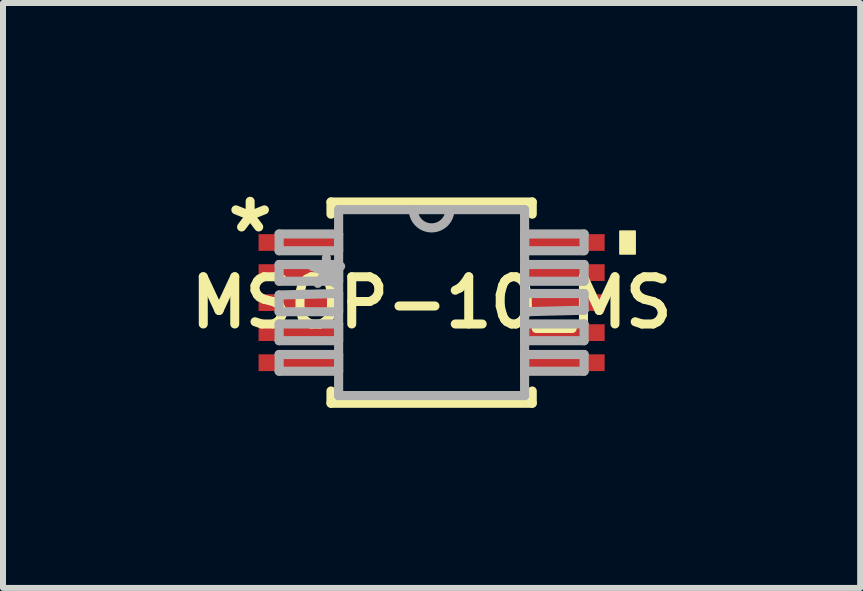
<source format=kicad_pcb>
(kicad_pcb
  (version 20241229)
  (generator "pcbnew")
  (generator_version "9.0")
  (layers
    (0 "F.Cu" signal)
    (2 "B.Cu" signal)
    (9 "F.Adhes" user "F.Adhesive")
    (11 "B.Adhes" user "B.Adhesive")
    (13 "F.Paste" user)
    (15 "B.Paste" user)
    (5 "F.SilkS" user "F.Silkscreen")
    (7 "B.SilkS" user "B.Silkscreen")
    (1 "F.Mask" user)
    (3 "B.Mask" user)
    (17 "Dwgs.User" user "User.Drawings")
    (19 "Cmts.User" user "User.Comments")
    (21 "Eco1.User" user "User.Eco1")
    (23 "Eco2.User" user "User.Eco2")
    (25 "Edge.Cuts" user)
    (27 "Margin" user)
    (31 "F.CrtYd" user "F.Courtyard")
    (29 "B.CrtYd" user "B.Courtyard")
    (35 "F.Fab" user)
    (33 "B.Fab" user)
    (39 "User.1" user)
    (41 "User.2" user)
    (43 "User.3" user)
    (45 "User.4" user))
  (footprint "MSOP-10_MS"
    (layer "F.Cu")
    (at 4.14 1.991)
    (property "Reference" "MSOP-10_MS" (at 0 0 0) (layer "F.SilkS") (effects (font (size 0.787 0.787) (thickness 0.15))))
    (attr through_hole)
    (fp_line (start -1.676 -1.676) (end -1.676 -1.473) (stroke (width 0.152) (type solid)) (layer "F.SilkS"))
    (fp_line (start -1.676 1.473) (end -1.676 1.676) (stroke (width 0.152) (type solid)) (layer "F.SilkS"))
    (fp_line (start -1.676 1.676) (end 1.676 1.676) (stroke (width 0.152) (type solid)) (layer "F.SilkS"))
    (fp_line (start 1.676 -1.676) (end -1.676 -1.676) (stroke (width 0.152) (type solid)) (layer "F.SilkS"))
    (fp_line (start 1.676 -1.473) (end 1.676 -1.676) (stroke (width 0.152) (type solid)) (layer "F.SilkS"))
    (fp_line (start 1.676 1.676) (end 1.676 1.473) (stroke (width 0.152) (type solid)) (layer "F.SilkS"))
    (fp_poly (pts (xy 3.391 -1.191) (xy 3.391 -0.81) (xy 3.137 -0.81) (xy 3.137 -1.191)) (stroke (width 0.025) (type solid)) (fill yes) (layer "F.SilkS"))
    (fp_line (start -2.54 -1.143) (end -2.54 -0.864) (stroke (width 0.152) (type solid)) (layer "F.Fab"))
    (fp_line (start -2.54 -0.864) (end -1.549 -0.864) (stroke (width 0.152) (type solid)) (layer "F.Fab"))
    (fp_line (start -2.54 -0.635) (end -2.54 -0.356) (stroke (width 0.152) (type solid)) (layer "F.Fab"))
    (fp_line (start -2.54 -0.356) (end -1.549 -0.356) (stroke (width 0.152) (type solid)) (layer "F.Fab"))
    (fp_line (start -2.54 -0.127) (end -2.54 0.152) (stroke (width 0.152) (type solid)) (layer "F.Fab"))
    (fp_line (start -2.54 0.152) (end -1.549 0.152) (stroke (width 0.152) (type solid)) (layer "F.Fab"))
    (fp_line (start -2.54 0.356) (end -2.54 0.635) (stroke (width 0.152) (type solid)) (layer "F.Fab"))
    (fp_line (start -2.54 0.635) (end -1.549 0.635) (stroke (width 0.152) (type solid)) (layer "F.Fab"))
    (fp_line (start -2.54 0.864) (end -2.54 1.143) (stroke (width 0.152) (type solid)) (layer "F.Fab"))
    (fp_line (start -2.54 1.143) (end -1.549 1.143) (stroke (width 0.152) (type solid)) (layer "F.Fab"))
    (fp_line (start -1.549 -1.549) (end -1.549 1.549) (stroke (width 0.152) (type solid)) (layer "F.Fab"))
    (fp_line (start -1.549 -1.143) (end -2.54 -1.143) (stroke (width 0.152) (type solid)) (layer "F.Fab"))
    (fp_line (start -1.549 -0.864) (end -1.549 -1.143) (stroke (width 0.152) (type solid)) (layer "F.Fab"))
    (fp_line (start -1.549 -0.635) (end -2.54 -0.635) (stroke (width 0.152) (type solid)) (layer "F.Fab"))
    (fp_line (start -1.549 -0.356) (end -1.549 -0.635) (stroke (width 0.152) (type solid)) (layer "F.Fab"))
    (fp_line (start -1.549 -0.152) (end -2.54 -0.127) (stroke (width 0.152) (type solid)) (layer "F.Fab"))
    (fp_line (start -1.549 0.152) (end -1.549 -0.152) (stroke (width 0.152) (type solid)) (layer "F.Fab"))
    (fp_line (start -1.549 0.356) (end -2.54 0.356) (stroke (width 0.152) (type solid)) (layer "F.Fab"))
    (fp_line (start -1.549 0.635) (end -1.549 0.356) (stroke (width 0.152) (type solid)) (layer "F.Fab"))
    (fp_line (start -1.549 0.864) (end -2.54 0.864) (stroke (width 0.152) (type solid)) (layer "F.Fab"))
    (fp_line (start -1.549 1.143) (end -1.549 0.864) (stroke (width 0.152) (type solid)) (layer "F.Fab"))
    (fp_line (start -1.549 1.549) (end 1.549 1.549) (stroke (width 0.152) (type solid)) (layer "F.Fab"))
    (fp_line (start -0.305 -1.549) (end -1.549 -1.549) (stroke (width 0.152) (type solid)) (layer "F.Fab"))
    (fp_line (start 0.305 -1.549) (end -0.305 -1.549) (stroke (width 0.152) (type solid)) (layer "F.Fab"))
    (fp_line (start 1.549 -1.549) (end 0.305 -1.549) (stroke (width 0.152) (type solid)) (layer "F.Fab"))
    (fp_line (start 1.549 -1.143) (end 1.549 -0.864) (stroke (width 0.152) (type solid)) (layer "F.Fab"))
    (fp_line (start 1.549 -0.864) (end 2.54 -0.864) (stroke (width 0.152) (type solid)) (layer "F.Fab"))
    (fp_line (start 1.549 -0.635) (end 1.549 -0.356) (stroke (width 0.152) (type solid)) (layer "F.Fab"))
    (fp_line (start 1.549 -0.356) (end 2.54 -0.356) (stroke (width 0.152) (type solid)) (layer "F.Fab"))
    (fp_line (start 1.549 -0.152) (end 1.549 0.152) (stroke (width 0.152) (type solid)) (layer "F.Fab"))
    (fp_line (start 1.549 0.152) (end 2.54 0.127) (stroke (width 0.152) (type solid)) (layer "F.Fab"))
    (fp_line (start 1.549 0.356) (end 1.549 0.635) (stroke (width 0.152) (type solid)) (layer "F.Fab"))
    (fp_line (start 1.549 0.635) (end 2.54 0.635) (stroke (width 0.152) (type solid)) (layer "F.Fab"))
    (fp_line (start 1.549 0.864) (end 1.549 1.143) (stroke (width 0.152) (type solid)) (layer "F.Fab"))
    (fp_line (start 1.549 1.143) (end 2.54 1.143) (stroke (width 0.152) (type solid)) (layer "F.Fab"))
    (fp_line (start 1.549 1.549) (end 1.549 -1.549) (stroke (width 0.152) (type solid)) (layer "F.Fab"))
    (fp_line (start 2.54 -1.143) (end 1.549 -1.143) (stroke (width 0.152) (type solid)) (layer "F.Fab"))
    (fp_line (start 2.54 -0.864) (end 2.54 -1.143) (stroke (width 0.152) (type solid)) (layer "F.Fab"))
    (fp_line (start 2.54 -0.635) (end 1.549 -0.635) (stroke (width 0.152) (type solid)) (layer "F.Fab"))
    (fp_line (start 2.54 -0.356) (end 2.54 -0.635) (stroke (width 0.152) (type solid)) (layer "F.Fab"))
    (fp_line (start 2.54 -0.152) (end 1.549 -0.152) (stroke (width 0.152) (type solid)) (layer "F.Fab"))
    (fp_line (start 2.54 0.127) (end 2.54 -0.152) (stroke (width 0.152) (type solid)) (layer "F.Fab"))
    (fp_line (start 2.54 0.356) (end 1.549 0.356) (stroke (width 0.152) (type solid)) (layer "F.Fab"))
    (fp_line (start 2.54 0.635) (end 2.54 0.356) (stroke (width 0.152) (type solid)) (layer "F.Fab"))
    (fp_line (start 2.54 0.864) (end 1.549 0.864) (stroke (width 0.152) (type solid)) (layer "F.Fab"))
    (fp_line (start 2.54 1.143) (end 2.54 0.864) (stroke (width 0.152) (type solid)) (layer "F.Fab"))
    (fp_arc (start 0.3048 -1.5494) (mid 0 -1.2446) (end -0.3048 -1.5494) (stroke (width 0.1524) (type solid)) (layer "F.Fab"))
    (fp_text user "*" (at -3.023 -1.143 0) (layer "F.SilkS") (effects (font (size 1 1) (thickness 0.15))))
    (fp_text user "*" (at -1.753 -0.203 0) (layer "F.Fab") (effects (font (size 1 1) (thickness 0.15))))
    (pad "1" smd rect (at -2.184 -1.001) (size 1.397 0.279) (layers "F.Cu" "F.Mask" "F.Paste"))
    (pad "2" smd rect (at -2.184 -0.5) (size 1.397 0.279) (layers "F.Cu" "F.Mask" "F.Paste"))
    (pad "3" smd rect (at -2.184 0) (size 1.397 0.279) (layers "F.Cu" "F.Mask" "F.Paste"))
    (pad "4" smd rect (at -2.184 0.5) (size 1.397 0.279) (layers "F.Cu" "F.Mask" "F.Paste"))
    (pad "5" smd rect (at -2.184 1.001) (size 1.397 0.279) (layers "F.Cu" "F.Mask" "F.Paste"))
    (pad "6" smd rect (at 2.184 1.001) (size 1.397 0.279) (layers "F.Cu" "F.Mask" "F.Paste"))
    (pad "7" smd rect (at 2.184 0.5) (size 1.397 0.279) (layers "F.Cu" "F.Mask" "F.Paste"))
    (pad "8" smd rect (at 2.184 0) (size 1.397 0.279) (layers "F.Cu" "F.Mask" "F.Paste"))
    (pad "9" smd rect (at 2.184 -0.5) (size 1.397 0.279) (layers "F.Cu" "F.Mask" "F.Paste"))
    (pad "10" smd rect (at 2.184 -1.001) (size 1.397 0.279) (layers "F.Cu" "F.Mask" "F.Paste")))
  (gr_rect
    (start -3 -3)
    (end 11.279 6.744)
    (stroke (width 0.1) (type default))
    (fill no)
    (layer "Edge.Cuts")))
</source>
